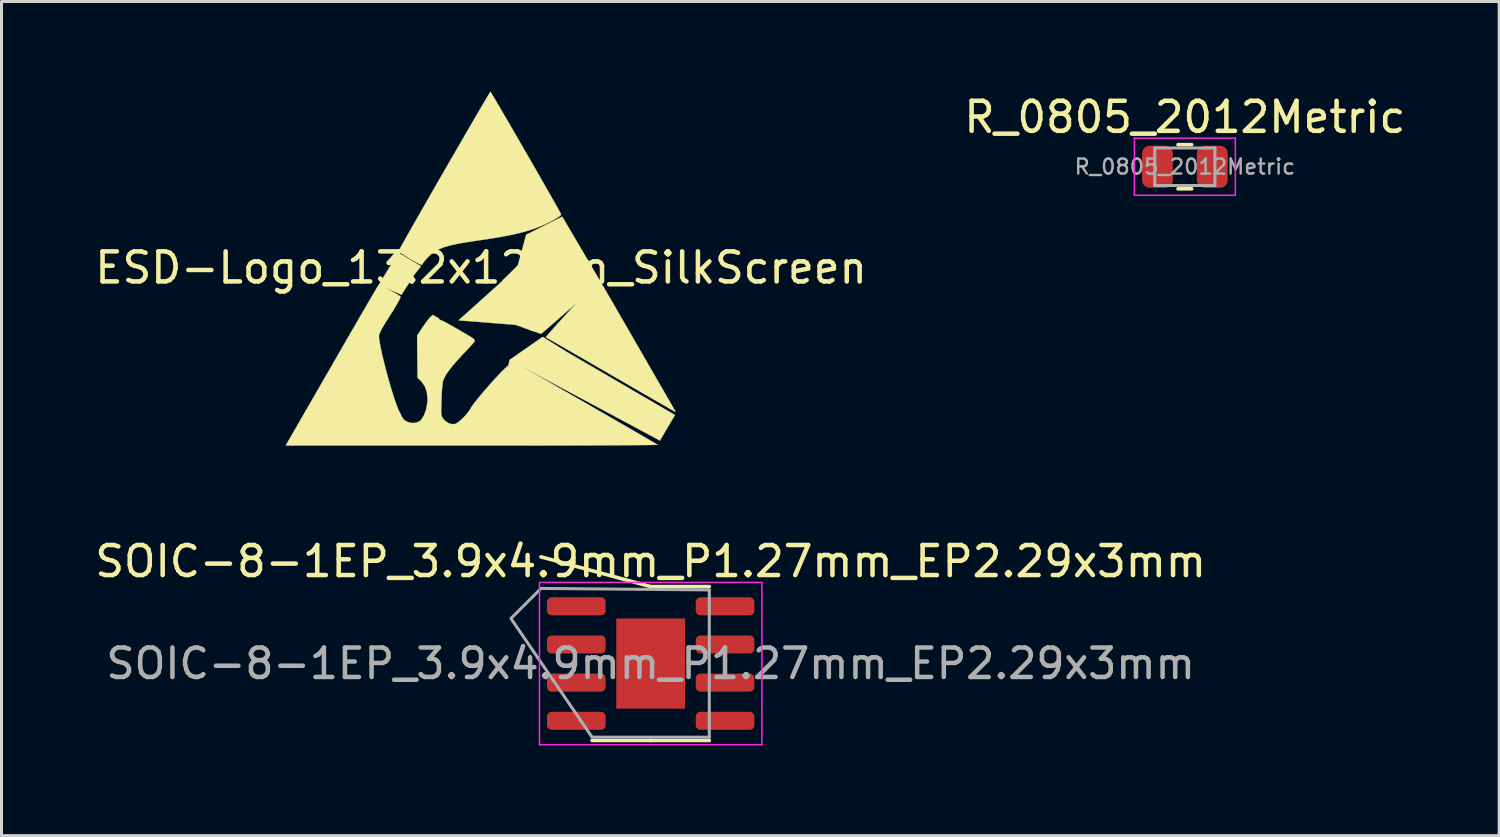
<source format=kicad_pcb>
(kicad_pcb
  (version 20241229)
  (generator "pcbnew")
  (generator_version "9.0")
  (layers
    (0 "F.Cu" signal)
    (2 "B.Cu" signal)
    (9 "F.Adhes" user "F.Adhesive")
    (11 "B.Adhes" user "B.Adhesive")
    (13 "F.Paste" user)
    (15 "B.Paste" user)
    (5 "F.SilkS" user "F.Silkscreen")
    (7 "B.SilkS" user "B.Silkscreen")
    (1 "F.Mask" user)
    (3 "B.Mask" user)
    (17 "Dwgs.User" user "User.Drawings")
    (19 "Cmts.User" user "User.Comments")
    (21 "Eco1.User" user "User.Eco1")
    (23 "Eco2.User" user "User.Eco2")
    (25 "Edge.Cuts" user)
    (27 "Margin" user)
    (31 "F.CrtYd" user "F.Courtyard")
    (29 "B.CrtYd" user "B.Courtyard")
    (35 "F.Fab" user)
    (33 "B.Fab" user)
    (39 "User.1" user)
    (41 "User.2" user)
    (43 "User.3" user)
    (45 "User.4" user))
  (footprint "SOIC-8-1EP_3.9x4.9mm_P1.27mm_EP2.29x3mm"
    (layer "F.Cu")
    (at 18.601 19.029)
    (property "Reference" "SOIC-8-1EP_3.9x4.9mm_P1.27mm_EP2.29x3mm" (at 0 -3.4 0) (layer "F.SilkS") (effects (font (size 1 1) (thickness 0.15))))
    (attr smd)
    (fp_line (start 0 -2.56) (end -3.65 -3.55) (stroke (width 0.12) (type solid)) (layer "F.SilkS"))
    (fp_line (start 0 -2.56) (end 1.95 -2.56) (stroke (width 0.12) (type solid)) (layer "F.SilkS"))
    (fp_line (start 0 2.56) (end -1.95 2.56) (stroke (width 0.12) (type solid)) (layer "F.SilkS"))
    (fp_line (start 0 2.56) (end 1.95 2.56) (stroke (width 0.12) (type solid)) (layer "F.SilkS"))
    (fp_line (start -3.7 -2.7) (end -3.7 2.7) (stroke (width 0.05) (type solid)) (layer "F.CrtYd"))
    (fp_line (start -3.7 2.7) (end 3.7 2.7) (stroke (width 0.05) (type solid)) (layer "F.CrtYd"))
    (fp_line (start 3.7 -2.7) (end -3.7 -2.7) (stroke (width 0.05) (type solid)) (layer "F.CrtYd"))
    (fp_line (start 3.7 2.7) (end 3.7 -2.7) (stroke (width 0.05) (type solid)) (layer "F.CrtYd"))
    (fp_line (start -4.625 -1.525) (end -3.65 -2.5) (stroke (width 0.1) (type solid)) (layer "F.Fab"))
    (fp_line (start -3.65 -2.5) (end 1.95 -2.45) (stroke (width 0.1) (type solid)) (layer "F.Fab"))
    (fp_line (start -1.95 2.45) (end -4.65 -1.5) (stroke (width 0.1) (type solid)) (layer "F.Fab"))
    (fp_line (start 1.95 -2.45) (end 1.95 2.45) (stroke (width 0.1) (type solid)) (layer "F.Fab"))
    (fp_line (start 1.95 2.45) (end -1.95 2.45) (stroke (width 0.1) (type solid)) (layer "F.Fab"))
    (fp_text user "${REFERENCE}" (at 0 0 0) (layer "F.Fab") (effects (font (size 0.98 0.98) (thickness 0.15))))
    (pad "" smd roundrect (at -0.57 -0.75) (size 0.92 1.21) (layers "F.Paste") (roundrect_rratio 0.25))
    (pad "" smd roundrect (at -0.57 0.75) (size 0.92 1.21) (layers "F.Paste") (roundrect_rratio 0.25))
    (pad "" smd roundrect (at 0.57 -0.75) (size 0.92 1.21) (layers "F.Paste") (roundrect_rratio 0.25))
    (pad "" smd roundrect (at 0.57 0.75) (size 0.92 1.21) (layers "F.Paste") (roundrect_rratio 0.25))
    (pad "1" smd roundrect (at -2.475 -1.905) (size 1.95 0.6) (layers "F.Cu" "F.Mask" "F.Paste") (roundrect_rratio 0.25))
    (pad "2" smd roundrect (at -2.475 -0.635) (size 1.95 0.6) (layers "F.Cu" "F.Mask" "F.Paste") (roundrect_rratio 0.25))
    (pad "3" smd roundrect (at -2.475 0.635) (size 1.95 0.6) (layers "F.Cu" "F.Mask" "F.Paste") (roundrect_rratio 0.25))
    (pad "4" smd roundrect (at -2.475 1.905) (size 1.95 0.6) (layers "F.Cu" "F.Mask" "F.Paste") (roundrect_rratio 0.25))
    (pad "5" smd roundrect (at 2.475 1.905) (size 1.95 0.6) (layers "F.Cu" "F.Mask" "F.Paste") (roundrect_rratio 0.25))
    (pad "6" smd roundrect (at 2.475 0.635) (size 1.95 0.6) (layers "F.Cu" "F.Mask" "F.Paste") (roundrect_rratio 0.25))
    (pad "7" smd roundrect (at 2.475 -0.635) (size 1.95 0.6) (layers "F.Cu" "F.Mask" "F.Paste") (roundrect_rratio 0.25))
    (pad "8" smd roundrect (at 2.475 -1.905) (size 1.95 0.6) (layers "F.Cu" "F.Mask" "F.Paste") (roundrect_rratio 0.25))
    (pad "9" smd rect (at 0 0) (size 2.29 3) (layers "F.Cu" "F.Mask")))
  (footprint "ESD-Logo_13.2x12mm_SilkScreen"
    (layer "F.Cu")
    (at 12.958 5.859)
    (property "Reference" "ESD-Logo_13.2x12mm_SilkScreen" (at 0 0 0) (layer "F.SilkS") (effects (font (size 1 1) (thickness 0.15))))
    (attr exclude_from_pos_files exclude_from_bom)
    (fp_poly (pts (xy 3.975 0.469) (xy 3.998 0.507) (xy 4.049 0.595) (xy 4.126 0.727) (xy 4.226 0.9) (xy 4.348 1.109) (xy 4.487 1.35) (xy 4.642 1.619) (xy 4.811 1.91) (xy 4.99 2.221) (xy 5.174 2.54) (xy 5.362 2.866) (xy 5.543 3.179) (xy 5.713 3.475) (xy 5.871 3.748) (xy 6.014 3.995) (xy 6.138 4.211) (xy 6.242 4.391) (xy 6.322 4.53) (xy 6.377 4.625) (xy 6.403 4.67) (xy 6.445 4.745) (xy 6.468 4.792) (xy 6.469 4.8) (xy 6.441 4.784) (xy 6.364 4.74) (xy 6.241 4.67) (xy 6.077 4.575) (xy 5.875 4.459) (xy 5.64 4.324) (xy 5.375 4.171) (xy 5.085 4.003) (xy 4.774 3.824) (xy 4.446 3.634) (xy 4.321 3.561) (xy 3.987 3.368) (xy 3.668 3.184) (xy 3.369 3.011) (xy 3.093 2.852) (xy 2.844 2.709) (xy 2.628 2.584) (xy 2.447 2.48) (xy 2.306 2.399) (xy 2.208 2.344) (xy 2.159 2.317) (xy 2.154 2.314) (xy 2.169 2.29) (xy 2.221 2.228) (xy 2.305 2.131) (xy 2.415 2.007) (xy 2.547 1.861) (xy 2.694 1.699) (xy 2.852 1.526) (xy 3.015 1.349) (xy 3.179 1.172) (xy 2 2.2) (xy 1.7 2.1) (xy 1.15 1.9) (xy -0.75 1.75) (xy 1.2 0) (xy 1.5 -1.1) (xy 2.7 -1.7) (xy 3.975 0.469)) (stroke (width 0.01) (type solid)) (fill yes) (layer "F.SilkS"))
    (fp_poly (pts (xy 0.328 -5.828) (xy 0.374 -5.754) (xy 0.445 -5.635) (xy 0.538 -5.478) (xy 0.65 -5.287) (xy 0.778 -5.067) (xy 0.92 -4.825) (xy 1.071 -4.563) (xy 1.231 -4.288) (xy 1.394 -4.005) (xy 1.56 -3.718) (xy 1.724 -3.433) (xy 1.884 -3.155) (xy 2.037 -2.888) (xy 2.179 -2.638) (xy 2.309 -2.411) (xy 2.423 -2.21) (xy 2.519 -2.04) (xy 2.592 -1.908) (xy 2.641 -1.818) (xy 2.663 -1.775) (xy 2.664 -1.773) (xy 2.637 -1.736) (xy 2.562 -1.68) (xy 2.448 -1.611) (xy 2.305 -1.532) (xy 2.154 -1.458) (xy 1.949 -1.368) (xy 1.734 -1.288) (xy 1.5 -1.214) (xy 1.241 -1.146) (xy 0.949 -1.082) (xy 0.617 -1.02) (xy 0.238 -0.958) (xy -0.155 -0.9) (xy -0.496 -0.848) (xy -0.783 -0.798) (xy -1.022 -0.745) (xy -1.221 -0.687) (xy -1.386 -0.623) (xy -1.526 -0.549) (xy -1.647 -0.463) (xy -1.756 -0.362) (xy -1.792 -0.325) (xy -1.868 -0.238) (xy -1.925 -0.167) (xy -1.951 -0.125) (xy -1.951 -0.121) (xy -1.961 -0.1) (xy -1.992 -0.1) (xy -2.053 -0.123) (xy -2.15 -0.173) (xy -2.289 -0.252) (xy -2.385 -0.309) (xy -2.529 -0.398) (xy -2.641 -0.473) (xy -2.713 -0.531) (xy -2.738 -0.565) (xy -2.738 -0.565) (xy -2.722 -0.598) (xy -2.678 -0.679) (xy -2.608 -0.805) (xy -2.515 -0.97) (xy -2.401 -1.172) (xy -2.269 -1.404) (xy -2.122 -1.663) (xy -1.961 -1.944) (xy -1.79 -2.243) (xy -1.61 -2.555) (xy -1.426 -2.877) (xy -1.238 -3.203) (xy -1.05 -3.529) (xy -0.864 -3.85) (xy -0.683 -4.163) (xy -0.51 -4.463) (xy -0.346 -4.745) (xy -0.195 -5.005) (xy -0.058 -5.238) (xy 0.06 -5.441) (xy 0.159 -5.608) (xy 0.235 -5.736) (xy 0.286 -5.819) (xy 0.309 -5.854) (xy 0.31 -5.854) (xy 0.328 -5.828)) (stroke (width 0.01) (type solid)) (fill yes) (layer "F.SilkS"))
    (fp_poly (pts (xy -2.2 0.2) (xy -2.65 0.9) (xy -3.192 0.657) (xy -3.049 0.736) (xy -3.038 0.742) (xy -2.907 0.817) (xy -2.796 0.883) (xy -2.717 0.932) (xy -2.68 0.96) (xy -2.679 0.961) (xy -2.688 0.999) (xy -2.729 1.083) (xy -2.8 1.21) (xy -2.897 1.374) (xy -3.019 1.57) (xy -3.162 1.795) (xy -3.197 1.85) (xy -3.29 2.003) (xy -3.357 2.135) (xy -3.394 2.234) (xy -3.397 2.253) (xy -3.396 2.339) (xy -3.377 2.474) (xy -3.344 2.652) (xy -3.299 2.862) (xy -3.243 3.096) (xy -3.18 3.345) (xy -3.112 3.601) (xy -3.04 3.855) (xy -2.968 4.098) (xy -2.898 4.322) (xy -2.831 4.518) (xy -2.771 4.676) (xy -2.729 4.77) (xy -2.679 4.87) (xy -2.633 4.966) (xy -2.63 4.972) (xy -2.553 5.068) (xy -2.44 5.134) (xy -2.308 5.165) (xy -2.175 5.16) (xy -2.058 5.116) (xy -1.991 5.059) (xy -1.896 4.901) (xy -1.827 4.705) (xy -1.788 4.49) (xy -1.783 4.368) (xy -1.805 4.14) (xy -1.869 3.951) (xy -1.979 3.793) (xy -2.013 3.757) (xy -2.115 3.658) (xy -2.129 2.259) (xy -1.95 1.989) (xy -1.867 1.867) (xy -1.786 1.757) (xy -1.72 1.675) (xy -1.692 1.644) (xy -1.611 1.57) (xy -1.503 1.628) (xy -1.434 1.67) (xy -1.396 1.703) (xy -1.394 1.709) (xy -1.368 1.733) (xy -1.324 1.752) (xy -1.282 1.769) (xy -1.217 1.8) (xy -1.123 1.85) (xy -0.996 1.921) (xy -0.83 2.016) (xy -0.619 2.139) (xy -0.504 2.206) (xy -0.369 2.286) (xy -0.28 2.343) (xy -0.23 2.384) (xy -0.211 2.415) (xy -0.215 2.443) (xy -0.218 2.45) (xy -0.249 2.491) (xy -0.316 2.567) (xy -0.41 2.671) (xy -0.524 2.794) (xy -0.623 2.898) (xy -0.85 3.145) (xy -1.028 3.359) (xy -1.158 3.542) (xy -1.241 3.697) (xy -1.27 3.776) (xy -1.281 3.844) (xy -1.293 3.962) (xy -1.305 4.114) (xy -1.314 4.288) (xy -1.319 4.399) (xy -1.325 4.589) (xy -1.328 4.728) (xy -1.326 4.827) (xy -1.32 4.896) (xy -1.307 4.945) (xy -1.287 4.987) (xy -1.272 5.012) (xy -1.183 5.109) (xy -1.069 5.177) (xy -0.949 5.207) (xy -0.858 5.196) (xy -0.777 5.15) (xy -0.675 5.067) (xy -0.566 4.962) (xy -0.465 4.849) (xy -0.387 4.743) (xy -0.358 4.692) (xy -0.315 4.622) (xy -0.236 4.515) (xy -0.13 4.38) (xy -0.002 4.224) (xy 0.139 4.058) (xy 0.288 3.887) (xy 0.435 3.722) (xy 0.575 3.571) (xy 0.7 3.441) (xy 0.799 3.345) (xy 0.908 3.25) (xy 0.95 3.065) (xy 2.05 2.3) (xy 2.85 2.8) (xy 6.45 4.9) (xy 5.95 5.75) (xy 1.325 3.27) (xy 1.49 3.364) (xy 1.691 3.478) (xy 1.921 3.609) (xy 2.176 3.755) (xy 2.452 3.914) (xy 2.744 4.081) (xy 3.048 4.255) (xy 3.358 4.433) (xy 3.669 4.613) (xy 3.978 4.79) (xy 4.279 4.964) (xy 4.568 5.131) (xy 4.839 5.288) (xy 5.089 5.433) (xy 5.313 5.562) (xy 5.505 5.674) (xy 5.662 5.766) (xy 5.777 5.834) (xy 5.848 5.877) (xy 5.868 5.89) (xy 5.841 5.893) (xy 5.754 5.895) (xy 5.611 5.898) (xy 5.415 5.9) (xy 5.169 5.902) (xy 4.875 5.904) (xy 4.536 5.906) (xy 4.156 5.908) (xy 3.736 5.91) (xy 3.281 5.911) (xy 2.792 5.913) (xy 2.274 5.914) (xy 1.728 5.915) (xy 1.157 5.916) (xy 0.565 5.916) (xy -0.046 5.916) (xy -0.302 5.916) (xy -6.502 5.916) (xy -6.06 5.15) (xy -5.966 4.987) (xy -5.846 4.778) (xy -5.702 4.53) (xy -5.54 4.248) (xy -5.363 3.941) (xy -5.176 3.615) (xy -4.981 3.278) (xy -4.784 2.935) (xy -4.588 2.595) (xy -4.538 2.509) (xy -4.358 2.196) (xy -4.185 1.898) (xy -4.024 1.619) (xy -3.876 1.365) (xy -3.745 1.139) (xy -3.632 0.946) (xy -3.54 0.79) (xy -3.473 0.677) (xy -3.432 0.609) (xy -3.42 0.592) (xy -2.75 -0.5) (xy -2 -0.05)) (stroke (width 0.01) (type solid)) (fill yes) (layer "F.SilkS")))
  (footprint "R_0805_2012Metric"
    (layer "F.Cu")
    (at 36.375 2.498)
    (property "Reference" "R_0805_2012Metric" (at 0 -1.65 0) (layer "F.SilkS") (effects (font (size 1 1) (thickness 0.15))))
    (attr smd)
    (fp_line (start -0.227 -0.735) (end 0.227 -0.735) (stroke (width 0.12) (type solid)) (layer "F.SilkS"))
    (fp_line (start -0.227 0.735) (end 0.227 0.735) (stroke (width 0.12) (type solid)) (layer "F.SilkS"))
    (fp_line (start -1.68 -0.95) (end 1.68 -0.95) (stroke (width 0.05) (type solid)) (layer "F.CrtYd"))
    (fp_line (start -1.68 0.95) (end -1.68 -0.95) (stroke (width 0.05) (type solid)) (layer "F.CrtYd"))
    (fp_line (start 1.68 -0.95) (end 1.68 0.95) (stroke (width 0.05) (type solid)) (layer "F.CrtYd"))
    (fp_line (start 1.68 0.95) (end -1.68 0.95) (stroke (width 0.05) (type solid)) (layer "F.CrtYd"))
    (fp_line (start -1 -0.625) (end 1 -0.625) (stroke (width 0.1) (type solid)) (layer "F.Fab"))
    (fp_line (start -1 0.625) (end -1 -0.625) (stroke (width 0.1) (type solid)) (layer "F.Fab"))
    (fp_line (start 1 -0.625) (end 1 0.625) (stroke (width 0.1) (type solid)) (layer "F.Fab"))
    (fp_line (start 1 0.625) (end -1 0.625) (stroke (width 0.1) (type solid)) (layer "F.Fab"))
    (fp_text user "${REFERENCE}" (at 0 0 0) (layer "F.Fab") (effects (font (size 0.5 0.5) (thickness 0.08))))
    (pad "1" smd roundrect (at -0.912 0) (size 1.025 1.4) (layers "F.Cu" "F.Mask" "F.Paste") (roundrect_rratio 0.244))
    (pad "2" smd roundrect (at 0.912 0) (size 1.025 1.4) (layers "F.Cu" "F.Mask" "F.Paste") (roundrect_rratio 0.244)))
  (gr_rect
    (start -3 -3)
    (end 46.833 24.754)
    (stroke (width 0.1) (type default))
    (fill no)
    (layer "Edge.Cuts")))
</source>
